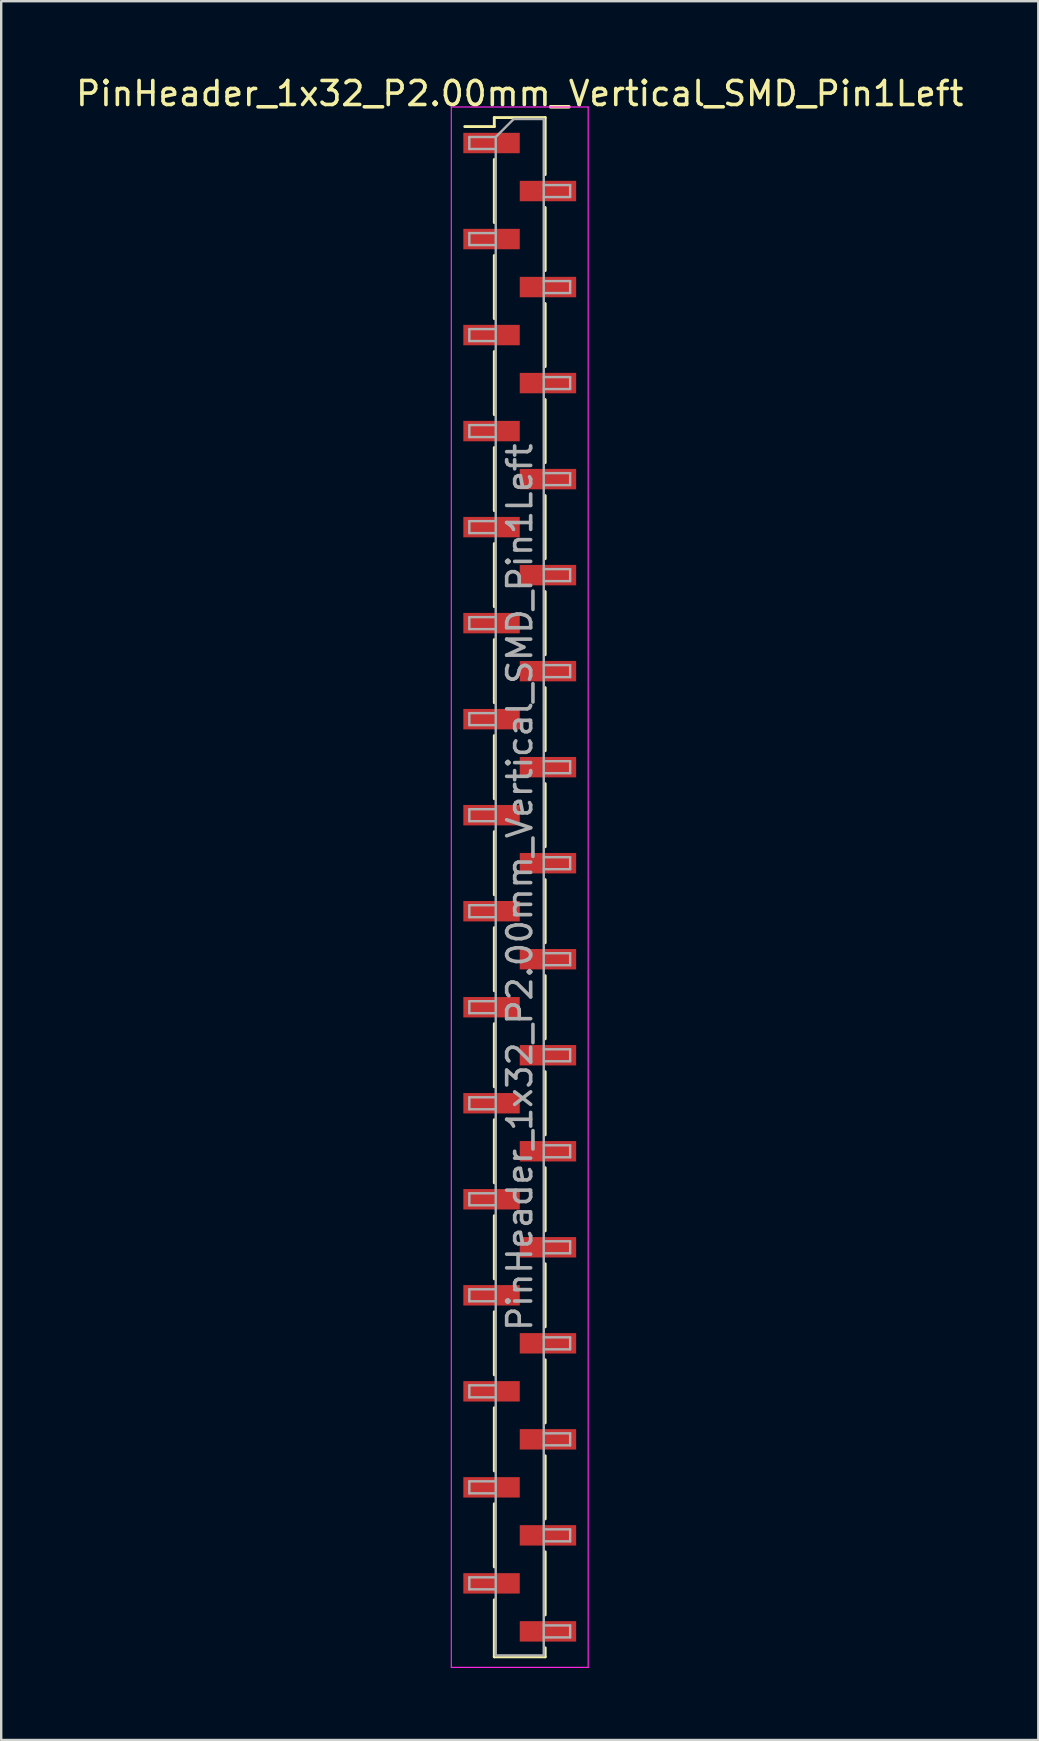
<source format=kicad_pcb>
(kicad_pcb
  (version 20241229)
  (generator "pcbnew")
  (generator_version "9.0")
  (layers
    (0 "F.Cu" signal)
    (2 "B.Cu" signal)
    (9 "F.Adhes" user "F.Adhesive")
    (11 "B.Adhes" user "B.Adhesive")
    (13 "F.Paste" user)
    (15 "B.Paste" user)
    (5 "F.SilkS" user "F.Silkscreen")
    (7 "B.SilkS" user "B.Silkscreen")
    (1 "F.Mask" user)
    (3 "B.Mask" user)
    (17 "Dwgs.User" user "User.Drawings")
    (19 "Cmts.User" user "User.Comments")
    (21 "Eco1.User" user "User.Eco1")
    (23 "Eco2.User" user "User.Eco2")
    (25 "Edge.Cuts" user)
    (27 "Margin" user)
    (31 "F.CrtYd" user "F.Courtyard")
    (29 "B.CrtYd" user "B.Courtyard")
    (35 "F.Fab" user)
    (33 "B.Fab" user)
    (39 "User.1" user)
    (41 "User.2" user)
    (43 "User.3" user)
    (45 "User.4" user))
  (footprint "PinHeader_1x32_P2.00mm_Vertical_SMD_Pin1Left"
    (layer "F.Cu")
    (at 18.601 33.908)
    (property "Reference" "PinHeader_1x32_P2.00mm_Vertical_SMD_Pin1Left" (at 0 -33.06 0) (layer "F.SilkS") (effects (font (size 1 1) (thickness 0.15))))
    (attr smd)
    (fp_line (start -1.06 -32.06) (end -1.06 -31.685) (stroke (width 0.12) (type solid)) (layer "F.SilkS"))
    (fp_line (start -1.06 -32.06) (end 1.06 -32.06) (stroke (width 0.12) (type solid)) (layer "F.SilkS"))
    (fp_line (start -1.06 -31.685) (end -2.29 -31.685) (stroke (width 0.12) (type solid)) (layer "F.SilkS"))
    (fp_line (start -1.06 -30.315) (end -1.06 -27.685) (stroke (width 0.12) (type solid)) (layer "F.SilkS"))
    (fp_line (start -1.06 -26.315) (end -1.06 -23.685) (stroke (width 0.12) (type solid)) (layer "F.SilkS"))
    (fp_line (start -1.06 -22.315) (end -1.06 -19.685) (stroke (width 0.12) (type solid)) (layer "F.SilkS"))
    (fp_line (start -1.06 -18.315) (end -1.06 -15.685) (stroke (width 0.12) (type solid)) (layer "F.SilkS"))
    (fp_line (start -1.06 -14.315) (end -1.06 -11.685) (stroke (width 0.12) (type solid)) (layer "F.SilkS"))
    (fp_line (start -1.06 -10.315) (end -1.06 -7.685) (stroke (width 0.12) (type solid)) (layer "F.SilkS"))
    (fp_line (start -1.06 -6.315) (end -1.06 -3.685) (stroke (width 0.12) (type solid)) (layer "F.SilkS"))
    (fp_line (start -1.06 -2.315) (end -1.06 0.315) (stroke (width 0.12) (type solid)) (layer "F.SilkS"))
    (fp_line (start -1.06 1.685) (end -1.06 4.315) (stroke (width 0.12) (type solid)) (layer "F.SilkS"))
    (fp_line (start -1.06 5.685) (end -1.06 8.315) (stroke (width 0.12) (type solid)) (layer "F.SilkS"))
    (fp_line (start -1.06 9.685) (end -1.06 12.315) (stroke (width 0.12) (type solid)) (layer "F.SilkS"))
    (fp_line (start -1.06 13.685) (end -1.06 16.315) (stroke (width 0.12) (type solid)) (layer "F.SilkS"))
    (fp_line (start -1.06 17.685) (end -1.06 20.315) (stroke (width 0.12) (type solid)) (layer "F.SilkS"))
    (fp_line (start -1.06 21.685) (end -1.06 24.315) (stroke (width 0.12) (type solid)) (layer "F.SilkS"))
    (fp_line (start -1.06 25.685) (end -1.06 28.315) (stroke (width 0.12) (type solid)) (layer "F.SilkS"))
    (fp_line (start -1.06 29.685) (end -1.06 32.06) (stroke (width 0.12) (type solid)) (layer "F.SilkS"))
    (fp_line (start -1.06 32.06) (end 1.06 32.06) (stroke (width 0.12) (type solid)) (layer "F.SilkS"))
    (fp_line (start 1.06 -32.06) (end 1.06 -29.685) (stroke (width 0.12) (type solid)) (layer "F.SilkS"))
    (fp_line (start 1.06 -28.315) (end 1.06 -25.685) (stroke (width 0.12) (type solid)) (layer "F.SilkS"))
    (fp_line (start 1.06 -24.315) (end 1.06 -21.685) (stroke (width 0.12) (type solid)) (layer "F.SilkS"))
    (fp_line (start 1.06 -20.315) (end 1.06 -17.685) (stroke (width 0.12) (type solid)) (layer "F.SilkS"))
    (fp_line (start 1.06 -16.315) (end 1.06 -13.685) (stroke (width 0.12) (type solid)) (layer "F.SilkS"))
    (fp_line (start 1.06 -12.315) (end 1.06 -9.685) (stroke (width 0.12) (type solid)) (layer "F.SilkS"))
    (fp_line (start 1.06 -8.315) (end 1.06 -5.685) (stroke (width 0.12) (type solid)) (layer "F.SilkS"))
    (fp_line (start 1.06 -4.315) (end 1.06 -1.685) (stroke (width 0.12) (type solid)) (layer "F.SilkS"))
    (fp_line (start 1.06 -0.315) (end 1.06 2.315) (stroke (width 0.12) (type solid)) (layer "F.SilkS"))
    (fp_line (start 1.06 3.685) (end 1.06 6.315) (stroke (width 0.12) (type solid)) (layer "F.SilkS"))
    (fp_line (start 1.06 7.685) (end 1.06 10.315) (stroke (width 0.12) (type solid)) (layer "F.SilkS"))
    (fp_line (start 1.06 11.685) (end 1.06 14.315) (stroke (width 0.12) (type solid)) (layer "F.SilkS"))
    (fp_line (start 1.06 15.685) (end 1.06 18.315) (stroke (width 0.12) (type solid)) (layer "F.SilkS"))
    (fp_line (start 1.06 19.685) (end 1.06 22.315) (stroke (width 0.12) (type solid)) (layer "F.SilkS"))
    (fp_line (start 1.06 23.685) (end 1.06 26.315) (stroke (width 0.12) (type solid)) (layer "F.SilkS"))
    (fp_line (start 1.06 27.685) (end 1.06 30.315) (stroke (width 0.12) (type solid)) (layer "F.SilkS"))
    (fp_line (start 1.06 31.685) (end 1.06 32.06) (stroke (width 0.12) (type solid)) (layer "F.SilkS"))
    (fp_line (start -2.85 -32.5) (end -2.85 32.5) (stroke (width 0.05) (type solid)) (layer "F.CrtYd"))
    (fp_line (start -2.85 32.5) (end 2.85 32.5) (stroke (width 0.05) (type solid)) (layer "F.CrtYd"))
    (fp_line (start 2.85 -32.5) (end -2.85 -32.5) (stroke (width 0.05) (type solid)) (layer "F.CrtYd"))
    (fp_line (start 2.85 32.5) (end 2.85 -32.5) (stroke (width 0.05) (type solid)) (layer "F.CrtYd"))
    (fp_line (start -2.1 -31.25) (end -2.1 -30.75) (stroke (width 0.1) (type solid)) (layer "F.Fab"))
    (fp_line (start -2.1 -30.75) (end -1 -30.75) (stroke (width 0.1) (type solid)) (layer "F.Fab"))
    (fp_line (start -2.1 -27.25) (end -2.1 -26.75) (stroke (width 0.1) (type solid)) (layer "F.Fab"))
    (fp_line (start -2.1 -26.75) (end -1 -26.75) (stroke (width 0.1) (type solid)) (layer "F.Fab"))
    (fp_line (start -2.1 -23.25) (end -2.1 -22.75) (stroke (width 0.1) (type solid)) (layer "F.Fab"))
    (fp_line (start -2.1 -22.75) (end -1 -22.75) (stroke (width 0.1) (type solid)) (layer "F.Fab"))
    (fp_line (start -2.1 -19.25) (end -2.1 -18.75) (stroke (width 0.1) (type solid)) (layer "F.Fab"))
    (fp_line (start -2.1 -18.75) (end -1 -18.75) (stroke (width 0.1) (type solid)) (layer "F.Fab"))
    (fp_line (start -2.1 -15.25) (end -2.1 -14.75) (stroke (width 0.1) (type solid)) (layer "F.Fab"))
    (fp_line (start -2.1 -14.75) (end -1 -14.75) (stroke (width 0.1) (type solid)) (layer "F.Fab"))
    (fp_line (start -2.1 -11.25) (end -2.1 -10.75) (stroke (width 0.1) (type solid)) (layer "F.Fab"))
    (fp_line (start -2.1 -10.75) (end -1 -10.75) (stroke (width 0.1) (type solid)) (layer "F.Fab"))
    (fp_line (start -2.1 -7.25) (end -2.1 -6.75) (stroke (width 0.1) (type solid)) (layer "F.Fab"))
    (fp_line (start -2.1 -6.75) (end -1 -6.75) (stroke (width 0.1) (type solid)) (layer "F.Fab"))
    (fp_line (start -2.1 -3.25) (end -2.1 -2.75) (stroke (width 0.1) (type solid)) (layer "F.Fab"))
    (fp_line (start -2.1 -2.75) (end -1 -2.75) (stroke (width 0.1) (type solid)) (layer "F.Fab"))
    (fp_line (start -2.1 0.75) (end -2.1 1.25) (stroke (width 0.1) (type solid)) (layer "F.Fab"))
    (fp_line (start -2.1 1.25) (end -1 1.25) (stroke (width 0.1) (type solid)) (layer "F.Fab"))
    (fp_line (start -2.1 4.75) (end -2.1 5.25) (stroke (width 0.1) (type solid)) (layer "F.Fab"))
    (fp_line (start -2.1 5.25) (end -1 5.25) (stroke (width 0.1) (type solid)) (layer "F.Fab"))
    (fp_line (start -2.1 8.75) (end -2.1 9.25) (stroke (width 0.1) (type solid)) (layer "F.Fab"))
    (fp_line (start -2.1 9.25) (end -1 9.25) (stroke (width 0.1) (type solid)) (layer "F.Fab"))
    (fp_line (start -2.1 12.75) (end -2.1 13.25) (stroke (width 0.1) (type solid)) (layer "F.Fab"))
    (fp_line (start -2.1 13.25) (end -1 13.25) (stroke (width 0.1) (type solid)) (layer "F.Fab"))
    (fp_line (start -2.1 16.75) (end -2.1 17.25) (stroke (width 0.1) (type solid)) (layer "F.Fab"))
    (fp_line (start -2.1 17.25) (end -1 17.25) (stroke (width 0.1) (type solid)) (layer "F.Fab"))
    (fp_line (start -2.1 20.75) (end -2.1 21.25) (stroke (width 0.1) (type solid)) (layer "F.Fab"))
    (fp_line (start -2.1 21.25) (end -1 21.25) (stroke (width 0.1) (type solid)) (layer "F.Fab"))
    (fp_line (start -2.1 24.75) (end -2.1 25.25) (stroke (width 0.1) (type solid)) (layer "F.Fab"))
    (fp_line (start -2.1 25.25) (end -1 25.25) (stroke (width 0.1) (type solid)) (layer "F.Fab"))
    (fp_line (start -2.1 28.75) (end -2.1 29.25) (stroke (width 0.1) (type solid)) (layer "F.Fab"))
    (fp_line (start -2.1 29.25) (end -1 29.25) (stroke (width 0.1) (type solid)) (layer "F.Fab"))
    (fp_line (start -1 -31.25) (end -2.1 -31.25) (stroke (width 0.1) (type solid)) (layer "F.Fab"))
    (fp_line (start -1 -31.25) (end -0.25 -32) (stroke (width 0.1) (type solid)) (layer "F.Fab"))
    (fp_line (start -1 -27.25) (end -2.1 -27.25) (stroke (width 0.1) (type solid)) (layer "F.Fab"))
    (fp_line (start -1 -23.25) (end -2.1 -23.25) (stroke (width 0.1) (type solid)) (layer "F.Fab"))
    (fp_line (start -1 -19.25) (end -2.1 -19.25) (stroke (width 0.1) (type solid)) (layer "F.Fab"))
    (fp_line (start -1 -15.25) (end -2.1 -15.25) (stroke (width 0.1) (type solid)) (layer "F.Fab"))
    (fp_line (start -1 -11.25) (end -2.1 -11.25) (stroke (width 0.1) (type solid)) (layer "F.Fab"))
    (fp_line (start -1 -7.25) (end -2.1 -7.25) (stroke (width 0.1) (type solid)) (layer "F.Fab"))
    (fp_line (start -1 -3.25) (end -2.1 -3.25) (stroke (width 0.1) (type solid)) (layer "F.Fab"))
    (fp_line (start -1 0.75) (end -2.1 0.75) (stroke (width 0.1) (type solid)) (layer "F.Fab"))
    (fp_line (start -1 4.75) (end -2.1 4.75) (stroke (width 0.1) (type solid)) (layer "F.Fab"))
    (fp_line (start -1 8.75) (end -2.1 8.75) (stroke (width 0.1) (type solid)) (layer "F.Fab"))
    (fp_line (start -1 12.75) (end -2.1 12.75) (stroke (width 0.1) (type solid)) (layer "F.Fab"))
    (fp_line (start -1 16.75) (end -2.1 16.75) (stroke (width 0.1) (type solid)) (layer "F.Fab"))
    (fp_line (start -1 20.75) (end -2.1 20.75) (stroke (width 0.1) (type solid)) (layer "F.Fab"))
    (fp_line (start -1 24.75) (end -2.1 24.75) (stroke (width 0.1) (type solid)) (layer "F.Fab"))
    (fp_line (start -1 28.75) (end -2.1 28.75) (stroke (width 0.1) (type solid)) (layer "F.Fab"))
    (fp_line (start -1 32) (end -1 -31.25) (stroke (width 0.1) (type solid)) (layer "F.Fab"))
    (fp_line (start -0.25 -32) (end 1 -32) (stroke (width 0.1) (type solid)) (layer "F.Fab"))
    (fp_line (start 1 -32) (end 1 32) (stroke (width 0.1) (type solid)) (layer "F.Fab"))
    (fp_line (start 1 -29.25) (end 2.1 -29.25) (stroke (width 0.1) (type solid)) (layer "F.Fab"))
    (fp_line (start 1 -25.25) (end 2.1 -25.25) (stroke (width 0.1) (type solid)) (layer "F.Fab"))
    (fp_line (start 1 -21.25) (end 2.1 -21.25) (stroke (width 0.1) (type solid)) (layer "F.Fab"))
    (fp_line (start 1 -17.25) (end 2.1 -17.25) (stroke (width 0.1) (type solid)) (layer "F.Fab"))
    (fp_line (start 1 -13.25) (end 2.1 -13.25) (stroke (width 0.1) (type solid)) (layer "F.Fab"))
    (fp_line (start 1 -9.25) (end 2.1 -9.25) (stroke (width 0.1) (type solid)) (layer "F.Fab"))
    (fp_line (start 1 -5.25) (end 2.1 -5.25) (stroke (width 0.1) (type solid)) (layer "F.Fab"))
    (fp_line (start 1 -1.25) (end 2.1 -1.25) (stroke (width 0.1) (type solid)) (layer "F.Fab"))
    (fp_line (start 1 2.75) (end 2.1 2.75) (stroke (width 0.1) (type solid)) (layer "F.Fab"))
    (fp_line (start 1 6.75) (end 2.1 6.75) (stroke (width 0.1) (type solid)) (layer "F.Fab"))
    (fp_line (start 1 10.75) (end 2.1 10.75) (stroke (width 0.1) (type solid)) (layer "F.Fab"))
    (fp_line (start 1 14.75) (end 2.1 14.75) (stroke (width 0.1) (type solid)) (layer "F.Fab"))
    (fp_line (start 1 18.75) (end 2.1 18.75) (stroke (width 0.1) (type solid)) (layer "F.Fab"))
    (fp_line (start 1 22.75) (end 2.1 22.75) (stroke (width 0.1) (type solid)) (layer "F.Fab"))
    (fp_line (start 1 26.75) (end 2.1 26.75) (stroke (width 0.1) (type solid)) (layer "F.Fab"))
    (fp_line (start 1 30.75) (end 2.1 30.75) (stroke (width 0.1) (type solid)) (layer "F.Fab"))
    (fp_line (start 1 32) (end -1 32) (stroke (width 0.1) (type solid)) (layer "F.Fab"))
    (fp_line (start 2.1 -29.25) (end 2.1 -28.75) (stroke (width 0.1) (type solid)) (layer "F.Fab"))
    (fp_line (start 2.1 -28.75) (end 1 -28.75) (stroke (width 0.1) (type solid)) (layer "F.Fab"))
    (fp_line (start 2.1 -25.25) (end 2.1 -24.75) (stroke (width 0.1) (type solid)) (layer "F.Fab"))
    (fp_line (start 2.1 -24.75) (end 1 -24.75) (stroke (width 0.1) (type solid)) (layer "F.Fab"))
    (fp_line (start 2.1 -21.25) (end 2.1 -20.75) (stroke (width 0.1) (type solid)) (layer "F.Fab"))
    (fp_line (start 2.1 -20.75) (end 1 -20.75) (stroke (width 0.1) (type solid)) (layer "F.Fab"))
    (fp_line (start 2.1 -17.25) (end 2.1 -16.75) (stroke (width 0.1) (type solid)) (layer "F.Fab"))
    (fp_line (start 2.1 -16.75) (end 1 -16.75) (stroke (width 0.1) (type solid)) (layer "F.Fab"))
    (fp_line (start 2.1 -13.25) (end 2.1 -12.75) (stroke (width 0.1) (type solid)) (layer "F.Fab"))
    (fp_line (start 2.1 -12.75) (end 1 -12.75) (stroke (width 0.1) (type solid)) (layer "F.Fab"))
    (fp_line (start 2.1 -9.25) (end 2.1 -8.75) (stroke (width 0.1) (type solid)) (layer "F.Fab"))
    (fp_line (start 2.1 -8.75) (end 1 -8.75) (stroke (width 0.1) (type solid)) (layer "F.Fab"))
    (fp_line (start 2.1 -5.25) (end 2.1 -4.75) (stroke (width 0.1) (type solid)) (layer "F.Fab"))
    (fp_line (start 2.1 -4.75) (end 1 -4.75) (stroke (width 0.1) (type solid)) (layer "F.Fab"))
    (fp_line (start 2.1 -1.25) (end 2.1 -0.75) (stroke (width 0.1) (type solid)) (layer "F.Fab"))
    (fp_line (start 2.1 -0.75) (end 1 -0.75) (stroke (width 0.1) (type solid)) (layer "F.Fab"))
    (fp_line (start 2.1 2.75) (end 2.1 3.25) (stroke (width 0.1) (type solid)) (layer "F.Fab"))
    (fp_line (start 2.1 3.25) (end 1 3.25) (stroke (width 0.1) (type solid)) (layer "F.Fab"))
    (fp_line (start 2.1 6.75) (end 2.1 7.25) (stroke (width 0.1) (type solid)) (layer "F.Fab"))
    (fp_line (start 2.1 7.25) (end 1 7.25) (stroke (width 0.1) (type solid)) (layer "F.Fab"))
    (fp_line (start 2.1 10.75) (end 2.1 11.25) (stroke (width 0.1) (type solid)) (layer "F.Fab"))
    (fp_line (start 2.1 11.25) (end 1 11.25) (stroke (width 0.1) (type solid)) (layer "F.Fab"))
    (fp_line (start 2.1 14.75) (end 2.1 15.25) (stroke (width 0.1) (type solid)) (layer "F.Fab"))
    (fp_line (start 2.1 15.25) (end 1 15.25) (stroke (width 0.1) (type solid)) (layer "F.Fab"))
    (fp_line (start 2.1 18.75) (end 2.1 19.25) (stroke (width 0.1) (type solid)) (layer "F.Fab"))
    (fp_line (start 2.1 19.25) (end 1 19.25) (stroke (width 0.1) (type solid)) (layer "F.Fab"))
    (fp_line (start 2.1 22.75) (end 2.1 23.25) (stroke (width 0.1) (type solid)) (layer "F.Fab"))
    (fp_line (start 2.1 23.25) (end 1 23.25) (stroke (width 0.1) (type solid)) (layer "F.Fab"))
    (fp_line (start 2.1 26.75) (end 2.1 27.25) (stroke (width 0.1) (type solid)) (layer "F.Fab"))
    (fp_line (start 2.1 27.25) (end 1 27.25) (stroke (width 0.1) (type solid)) (layer "F.Fab"))
    (fp_line (start 2.1 30.75) (end 2.1 31.25) (stroke (width 0.1) (type solid)) (layer "F.Fab"))
    (fp_line (start 2.1 31.25) (end 1 31.25) (stroke (width 0.1) (type solid)) (layer "F.Fab"))
    (fp_text user "${REFERENCE}" (at 0 0 90) (layer "F.Fab") (effects (font (size 1 1) (thickness 0.15))))
    (pad "1" smd rect (at -1.175 -31) (size 2.35 0.85) (layers "F.Cu" "F.Mask" "F.Paste"))
    (pad "2" smd rect (at 1.175 -29) (size 2.35 0.85) (layers "F.Cu" "F.Mask" "F.Paste"))
    (pad "3" smd rect (at -1.175 -27) (size 2.35 0.85) (layers "F.Cu" "F.Mask" "F.Paste"))
    (pad "4" smd rect (at 1.175 -25) (size 2.35 0.85) (layers "F.Cu" "F.Mask" "F.Paste"))
    (pad "5" smd rect (at -1.175 -23) (size 2.35 0.85) (layers "F.Cu" "F.Mask" "F.Paste"))
    (pad "6" smd rect (at 1.175 -21) (size 2.35 0.85) (layers "F.Cu" "F.Mask" "F.Paste"))
    (pad "7" smd rect (at -1.175 -19) (size 2.35 0.85) (layers "F.Cu" "F.Mask" "F.Paste"))
    (pad "8" smd rect (at 1.175 -17) (size 2.35 0.85) (layers "F.Cu" "F.Mask" "F.Paste"))
    (pad "9" smd rect (at -1.175 -15) (size 2.35 0.85) (layers "F.Cu" "F.Mask" "F.Paste"))
    (pad "10" smd rect (at 1.175 -13) (size 2.35 0.85) (layers "F.Cu" "F.Mask" "F.Paste"))
    (pad "11" smd rect (at -1.175 -11) (size 2.35 0.85) (layers "F.Cu" "F.Mask" "F.Paste"))
    (pad "12" smd rect (at 1.175 -9) (size 2.35 0.85) (layers "F.Cu" "F.Mask" "F.Paste"))
    (pad "13" smd rect (at -1.175 -7) (size 2.35 0.85) (layers "F.Cu" "F.Mask" "F.Paste"))
    (pad "14" smd rect (at 1.175 -5) (size 2.35 0.85) (layers "F.Cu" "F.Mask" "F.Paste"))
    (pad "15" smd rect (at -1.175 -3) (size 2.35 0.85) (layers "F.Cu" "F.Mask" "F.Paste"))
    (pad "16" smd rect (at 1.175 -1) (size 2.35 0.85) (layers "F.Cu" "F.Mask" "F.Paste"))
    (pad "17" smd rect (at -1.175 1) (size 2.35 0.85) (layers "F.Cu" "F.Mask" "F.Paste"))
    (pad "18" smd rect (at 1.175 3) (size 2.35 0.85) (layers "F.Cu" "F.Mask" "F.Paste"))
    (pad "19" smd rect (at -1.175 5) (size 2.35 0.85) (layers "F.Cu" "F.Mask" "F.Paste"))
    (pad "20" smd rect (at 1.175 7) (size 2.35 0.85) (layers "F.Cu" "F.Mask" "F.Paste"))
    (pad "21" smd rect (at -1.175 9) (size 2.35 0.85) (layers "F.Cu" "F.Mask" "F.Paste"))
    (pad "22" smd rect (at 1.175 11) (size 2.35 0.85) (layers "F.Cu" "F.Mask" "F.Paste"))
    (pad "23" smd rect (at -1.175 13) (size 2.35 0.85) (layers "F.Cu" "F.Mask" "F.Paste"))
    (pad "24" smd rect (at 1.175 15) (size 2.35 0.85) (layers "F.Cu" "F.Mask" "F.Paste"))
    (pad "25" smd rect (at -1.175 17) (size 2.35 0.85) (layers "F.Cu" "F.Mask" "F.Paste"))
    (pad "26" smd rect (at 1.175 19) (size 2.35 0.85) (layers "F.Cu" "F.Mask" "F.Paste"))
    (pad "27" smd rect (at -1.175 21) (size 2.35 0.85) (layers "F.Cu" "F.Mask" "F.Paste"))
    (pad "28" smd rect (at 1.175 23) (size 2.35 0.85) (layers "F.Cu" "F.Mask" "F.Paste"))
    (pad "29" smd rect (at -1.175 25) (size 2.35 0.85) (layers "F.Cu" "F.Mask" "F.Paste"))
    (pad "30" smd rect (at 1.175 27) (size 2.35 0.85) (layers "F.Cu" "F.Mask" "F.Paste"))
    (pad "31" smd rect (at -1.175 29) (size 2.35 0.85) (layers "F.Cu" "F.Mask" "F.Paste"))
    (pad "32" smd rect (at 1.175 31) (size 2.35 0.85) (layers "F.Cu" "F.Mask" "F.Paste")))
  (gr_rect
    (start -3 -3)
    (end 40.202 69.433)
    (stroke (width 0.1) (type default))
    (fill no)
    (layer "Edge.Cuts")))
</source>
